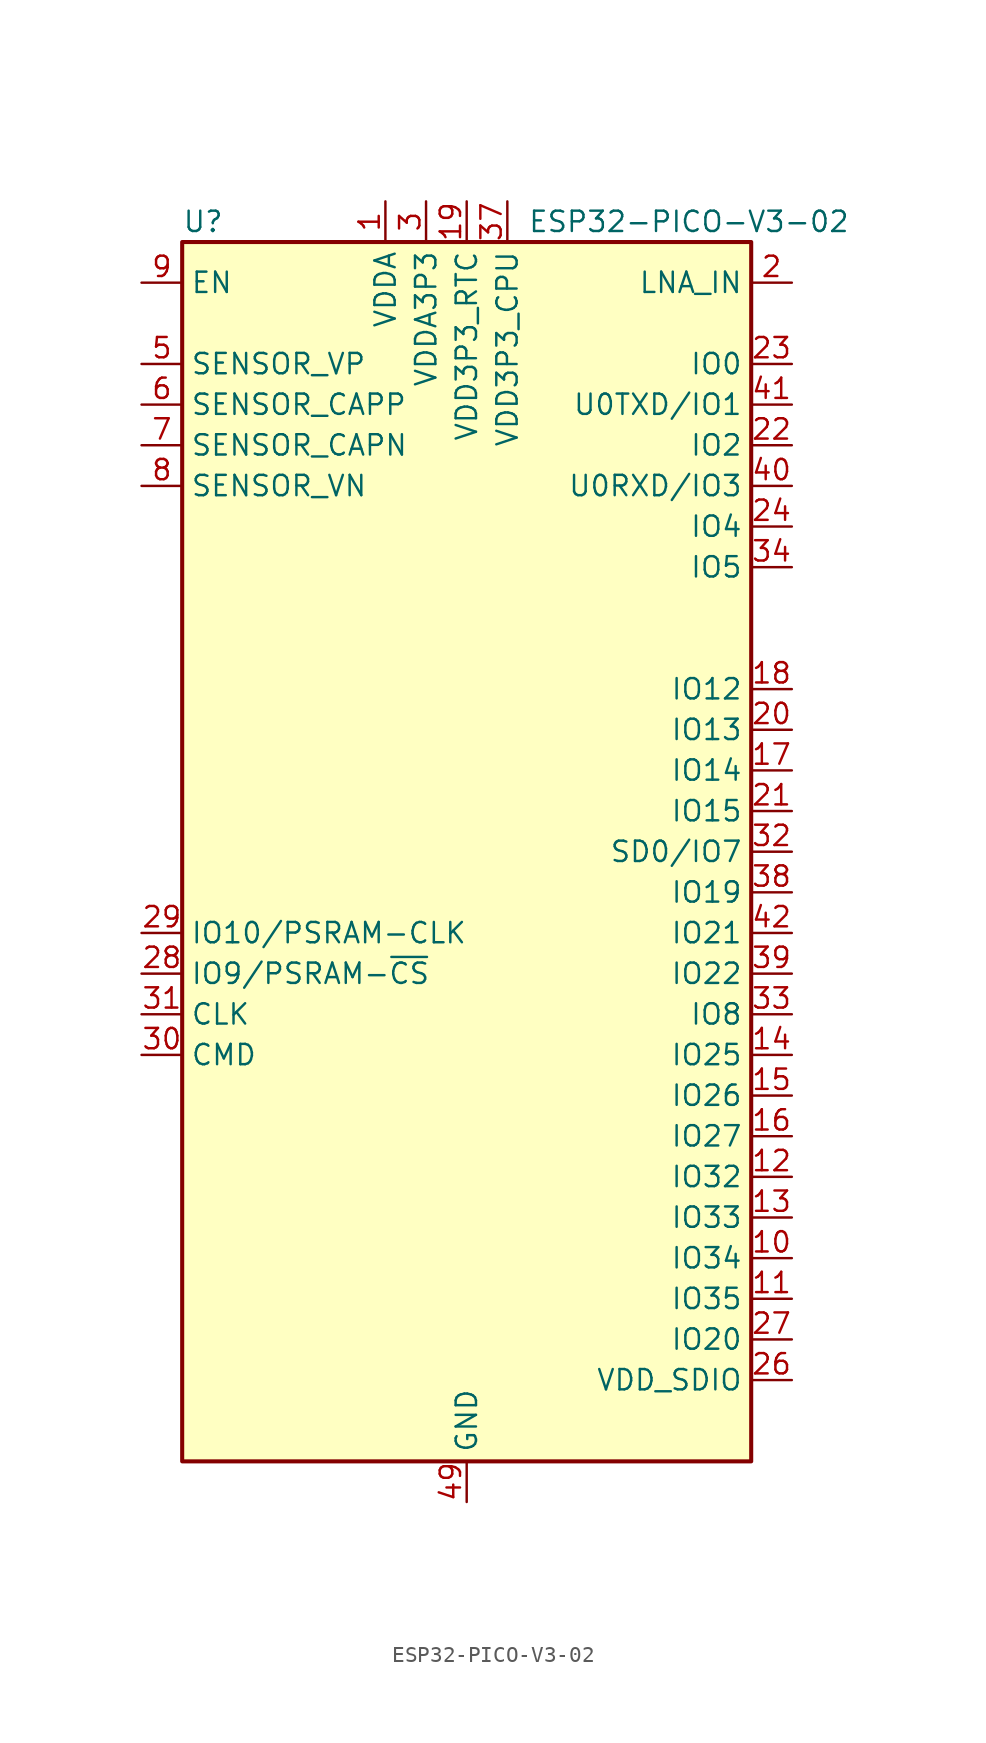
<source format=kicad_sym>
(kicad_symbol_lib
  (version 20241209)
  (generator "kicad_symbol_editor")
  (generator_version "9.0")
  (symbol "ESP32-PICO-V3-02"
    (property "Reference" "U"
      (at -17.78 39.37 0)
      (effects (font (size 1.27 1.27)) (justify left)))
    (property "Value" "ESP32-PICO-V3-02"
      (at 3.81 39.37 0)
      (effects (font (size 1.27 1.27)) (justify left)))
    (symbol "ESP32-PICO-V3-02_0_0"
      (pin input line (at -20.32 35.56 0) (length 2.54) (name "EN" (effects (font (size 1.27 1.27)))) (number "9" (effects (font (size 1.27 1.27)))))
      (pin input line (at -20.32 30.48 0) (length 2.54) (name "SENSOR_VP" (effects (font (size 1.27 1.27)))) (number "5" (effects (font (size 1.27 1.27)))))
      (pin input line (at -20.32 27.94 0) (length 2.54) (name "SENSOR_CAPP" (effects (font (size 1.27 1.27)))) (number "6" (effects (font (size 1.27 1.27)))))
      (pin input line (at -20.32 25.4 0) (length 2.54) (name "SENSOR_CAPN" (effects (font (size 1.27 1.27)))) (number "7" (effects (font (size 1.27 1.27)))))
      (pin input line (at -20.32 22.86 0) (length 2.54) (name "SENSOR_VN" (effects (font (size 1.27 1.27)))) (number "8" (effects (font (size 1.27 1.27)))))
      (pin bidirectional line (at -20.32 -10.16 0) (length 2.54) (name "CLK" (effects (font (size 1.27 1.27)))) (number "31" (effects (font (size 1.27 1.27)))))
      (pin bidirectional line (at -20.32 -12.7 0) (length 2.54) (name "CMD" (effects (font (size 1.27 1.27)))) (number "30" (effects (font (size 1.27 1.27)))))
      (pin no_connect line (at -17.78 -25.4 0) (length 2.54) (hide yes) (name "XTAL_N_NC" (effects (font (size 1.27 1.27)))) (number "44" (effects (font (size 1.27 1.27)))))
      (pin no_connect line (at -17.78 -27.94 0) (length 2.54) (hide yes) (name "XTAL_P_NC" (effects (font (size 1.27 1.27)))) (number "45" (effects (font (size 1.27 1.27)))))
      (pin no_connect line (at -17.78 -30.48 0) (length 2.54) (hide yes) (name "CAP2_NC" (effects (font (size 1.27 1.27)))) (number "47" (effects (font (size 1.27 1.27)))))
      (pin no_connect line (at -17.78 -33.02 0) (length 2.54) (hide yes) (name "CAP1_NC" (effects (font (size 1.27 1.27)))) (number "48" (effects (font (size 1.27 1.27)))))
      (pin power_in line (at -5.08 40.64 270) (length 2.54) (name "VDDA" (effects (font (size 1.27 1.27)))) (number "1" (effects (font (size 1.27 1.27)))))
      (pin passive line (at -5.08 40.64 270) (length 2.54) (hide yes) (name "VDDA" (effects (font (size 1.27 1.27)))) (number "43" (effects (font (size 1.27 1.27)))))
      (pin passive line (at -5.08 40.64 270) (length 2.54) (hide yes) (name "VDDA" (effects (font (size 1.27 1.27)))) (number "46" (effects (font (size 1.27 1.27)))))
      (pin power_in line (at -2.54 40.64 270) (length 2.54) (name "VDDA3P3" (effects (font (size 1.27 1.27)))) (number "3" (effects (font (size 1.27 1.27)))))
      (pin passive line (at -2.54 40.64 270) (length 2.54) (hide yes) (name "VDDA3P3" (effects (font (size 1.27 1.27)))) (number "4" (effects (font (size 1.27 1.27)))))
      (pin power_in line (at 0 40.64 270) (length 2.54) (name "VDD3P3_RTC" (effects (font (size 1.27 1.27)))) (number "19" (effects (font (size 1.27 1.27)))))
      (pin power_in line (at 0 -40.64 90) (length 2.54) (name "GND" (effects (font (size 1.27 1.27)))) (number "49" (effects (font (size 1.27 1.27)))))
      (pin power_in line (at 2.54 40.64 270) (length 2.54) (name "VDD3P3_CPU" (effects (font (size 1.27 1.27)))) (number "37" (effects (font (size 1.27 1.27)))))
      (pin bidirectional line (at 20.32 35.56 180) (length 2.54) (name "LNA_IN" (effects (font (size 1.27 1.27)))) (number "2" (effects (font (size 1.27 1.27)))))
      (pin bidirectional line (at 20.32 30.48 180) (length 2.54) (name "IO0" (effects (font (size 1.27 1.27)))) (number "23" (effects (font (size 1.27 1.27)))))
      (pin bidirectional line (at 20.32 27.94 180) (length 2.54) (name "U0TXD/IO1" (effects (font (size 1.27 1.27)))) (number "41" (effects (font (size 1.27 1.27)))))
      (pin bidirectional line (at 20.32 25.4 180) (length 2.54) (name "IO2" (effects (font (size 1.27 1.27)))) (number "22" (effects (font (size 1.27 1.27)))))
      (pin bidirectional line (at 20.32 22.86 180) (length 2.54) (name "U0RXD/IO3" (effects (font (size 1.27 1.27)))) (number "40" (effects (font (size 1.27 1.27)))))
      (pin bidirectional line (at 20.32 20.32 180) (length 2.54) (name "IO4" (effects (font (size 1.27 1.27)))) (number "24" (effects (font (size 1.27 1.27)))))
      (pin bidirectional line (at 20.32 17.78 180) (length 2.54) (name "IO5" (effects (font (size 1.27 1.27)))) (number "34" (effects (font (size 1.27 1.27)))))
      (pin bidirectional line (at 20.32 10.16 180) (length 2.54) (name "IO12" (effects (font (size 1.27 1.27)))) (number "18" (effects (font (size 1.27 1.27)))))
      (pin bidirectional line (at 20.32 7.62 180) (length 2.54) (name "IO13" (effects (font (size 1.27 1.27)))) (number "20" (effects (font (size 1.27 1.27)))))
      (pin bidirectional line (at 20.32 5.08 180) (length 2.54) (name "IO14" (effects (font (size 1.27 1.27)))) (number "17" (effects (font (size 1.27 1.27)))))
      (pin bidirectional line (at 20.32 2.54 180) (length 2.54) (name "IO15" (effects (font (size 1.27 1.27)))) (number "21" (effects (font (size 1.27 1.27)))))
      (pin bidirectional line (at 20.32 -2.54 180) (length 2.54) (name "IO19" (effects (font (size 1.27 1.27)))) (number "38" (effects (font (size 1.27 1.27)))))
      (pin bidirectional line (at 20.32 -5.08 180) (length 2.54) (name "IO21" (effects (font (size 1.27 1.27)))) (number "42" (effects (font (size 1.27 1.27)))))
      (pin bidirectional line (at 20.32 -7.62 180) (length 2.54) (name "IO22" (effects (font (size 1.27 1.27)))) (number "39" (effects (font (size 1.27 1.27)))))
      (pin bidirectional line (at 20.32 -12.7 180) (length 2.54) (name "IO25" (effects (font (size 1.27 1.27)))) (number "14" (effects (font (size 1.27 1.27)))))
      (pin bidirectional line (at 20.32 -15.24 180) (length 2.54) (name "IO26" (effects (font (size 1.27 1.27)))) (number "15" (effects (font (size 1.27 1.27)))))
      (pin bidirectional line (at 20.32 -17.78 180) (length 2.54) (name "IO27" (effects (font (size 1.27 1.27)))) (number "16" (effects (font (size 1.27 1.27)))))
      (pin bidirectional line (at 20.32 -20.32 180) (length 2.54) (name "IO32" (effects (font (size 1.27 1.27)))) (number "12" (effects (font (size 1.27 1.27)))))
      (pin bidirectional line (at 20.32 -22.86 180) (length 2.54) (name "IO33" (effects (font (size 1.27 1.27)))) (number "13" (effects (font (size 1.27 1.27)))))
      (pin input line (at 20.32 -25.4 180) (length 2.54) (name "IO34" (effects (font (size 1.27 1.27)))) (number "10" (effects (font (size 1.27 1.27)))))
      (pin input line (at 20.32 -27.94 180) (length 2.54) (name "IO35" (effects (font (size 1.27 1.27)))) (number "11" (effects (font (size 1.27 1.27)))))
      (pin power_out line (at 20.32 -33.02 180) (length 2.54) (name "VDD_SDIO" (effects (font (size 1.27 1.27)))) (number "26" (effects (font (size 1.27 1.27))))))
    (symbol "ESP32-PICO-V3-02_0_1"
      (rectangle (start -17.78 38.1) (end 17.78 -38.1) (stroke (width 0.254) (type default)) (fill (type background))))
    (symbol "ESP32-PICO-V3-02_1_0"
      (pin bidirectional line (at -20.32 -5.08 0) (length 2.54) (name "IO10/PSRAM-CLK" (effects (font (size 1.27 1.27)))) (number "29" (effects (font (size 1.27 1.27)))))
      (pin bidirectional line (at -20.32 -7.62 0) (length 2.54) (name "IO9/PSRAM-~{CS}" (effects (font (size 1.27 1.27)))) (number "28" (effects (font (size 1.27 1.27)))))
      (pin no_connect line (at -17.78 17.78 0) (length 2.54) (hide yes) (name "NC" (effects (font (size 1.27 1.27)))) (number "25" (effects (font (size 1.27 1.27)))))
      (pin no_connect line (at -17.78 15.24 0) (length 2.54) (hide yes) (name "NC" (effects (font (size 1.27 1.27)))) (number "35" (effects (font (size 1.27 1.27)))))
      (pin no_connect line (at -17.78 12.7 0) (length 2.54) (hide yes) (name "NC" (effects (font (size 1.27 1.27)))) (number "36" (effects (font (size 1.27 1.27)))))
      (pin bidirectional line (at 20.32 0 180) (length 2.54) (name "SD0/IO7" (effects (font (size 1.27 1.27)))) (number "32" (effects (font (size 1.27 1.27)))))
      (pin bidirectional line (at 20.32 -10.16 180) (length 2.54) (name "IO8" (effects (font (size 1.27 1.27)))) (number "33" (effects (font (size 1.27 1.27)))))
      (pin bidirectional line (at 20.32 -30.48 180) (length 2.54) (name "IO20" (effects (font (size 1.27 1.27)))) (number "27" (effects (font (size 1.27 1.27))))))))
</source>
